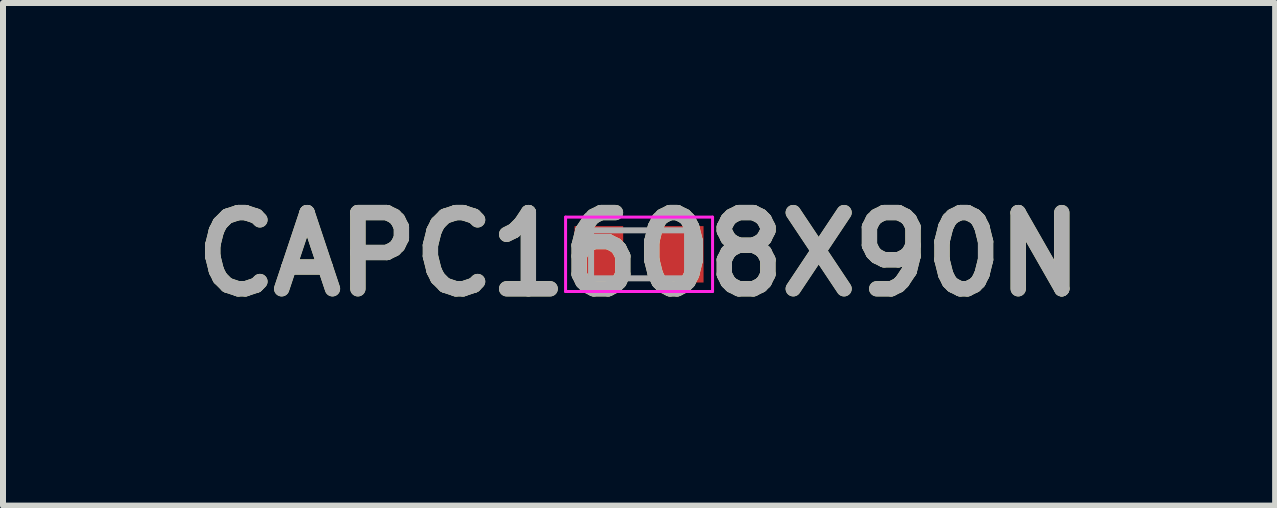
<source format=kicad_pcb>
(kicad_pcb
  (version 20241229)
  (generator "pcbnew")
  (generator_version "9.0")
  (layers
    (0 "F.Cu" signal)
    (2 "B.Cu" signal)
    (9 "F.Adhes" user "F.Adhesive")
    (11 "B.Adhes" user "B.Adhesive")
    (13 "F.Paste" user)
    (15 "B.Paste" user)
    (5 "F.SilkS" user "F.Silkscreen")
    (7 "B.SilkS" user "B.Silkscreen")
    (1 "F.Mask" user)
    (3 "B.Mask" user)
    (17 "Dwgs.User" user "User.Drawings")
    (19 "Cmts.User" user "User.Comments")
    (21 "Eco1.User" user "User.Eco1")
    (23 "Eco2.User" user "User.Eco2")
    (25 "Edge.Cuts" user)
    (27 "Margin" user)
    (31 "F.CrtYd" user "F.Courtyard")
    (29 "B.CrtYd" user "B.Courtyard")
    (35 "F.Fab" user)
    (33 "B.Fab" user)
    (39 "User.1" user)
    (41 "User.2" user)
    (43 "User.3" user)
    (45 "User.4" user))
  (footprint "CAPC1608X90N"
    (layer "F.Cu")
    (at 7.602 1.189)
    (property "Reference" "CAPC1608X90N" (at 0 0 0) (layer "F.SilkS") (effects (font (size 1.27 1.27) (thickness 0.254))))
    (attr smd)
    (fp_line (start -1.225 -0.62) (end 1.225 -0.62) (stroke (width 0.05) (type solid)) (layer "F.CrtYd"))
    (fp_line (start -1.225 0.62) (end -1.225 -0.62) (stroke (width 0.05) (type solid)) (layer "F.CrtYd"))
    (fp_line (start 1.225 -0.62) (end 1.225 0.62) (stroke (width 0.05) (type solid)) (layer "F.CrtYd"))
    (fp_line (start 1.225 0.62) (end -1.225 0.62) (stroke (width 0.05) (type solid)) (layer "F.CrtYd"))
    (fp_line (start -0.8 -0.4) (end 0.8 -0.4) (stroke (width 0.1) (type solid)) (layer "F.Fab"))
    (fp_line (start -0.8 0.4) (end -0.8 -0.4) (stroke (width 0.1) (type solid)) (layer "F.Fab"))
    (fp_line (start 0.8 -0.4) (end 0.8 0.4) (stroke (width 0.1) (type solid)) (layer "F.Fab"))
    (fp_line (start 0.8 0.4) (end -0.8 0.4) (stroke (width 0.1) (type solid)) (layer "F.Fab"))
    (fp_text user "${REFERENCE}" (at 0 0 0) (layer "F.Fab") (effects (font (size 1.27 1.27) (thickness 0.254))))
    (pad "1" smd rect (at -0.67 0) (size 0.81 0.94) (layers "F.Cu" "F.Mask" "F.Paste"))
    (pad "2" smd rect (at 0.67 0) (size 0.81 0.94) (layers "F.Cu" "F.Mask" "F.Paste")))
  (gr_rect
    (start -3 -3)
    (end 18.204 5.377)
    (stroke (width 0.1) (type default))
    (fill no)
    (layer "Edge.Cuts")))
</source>
